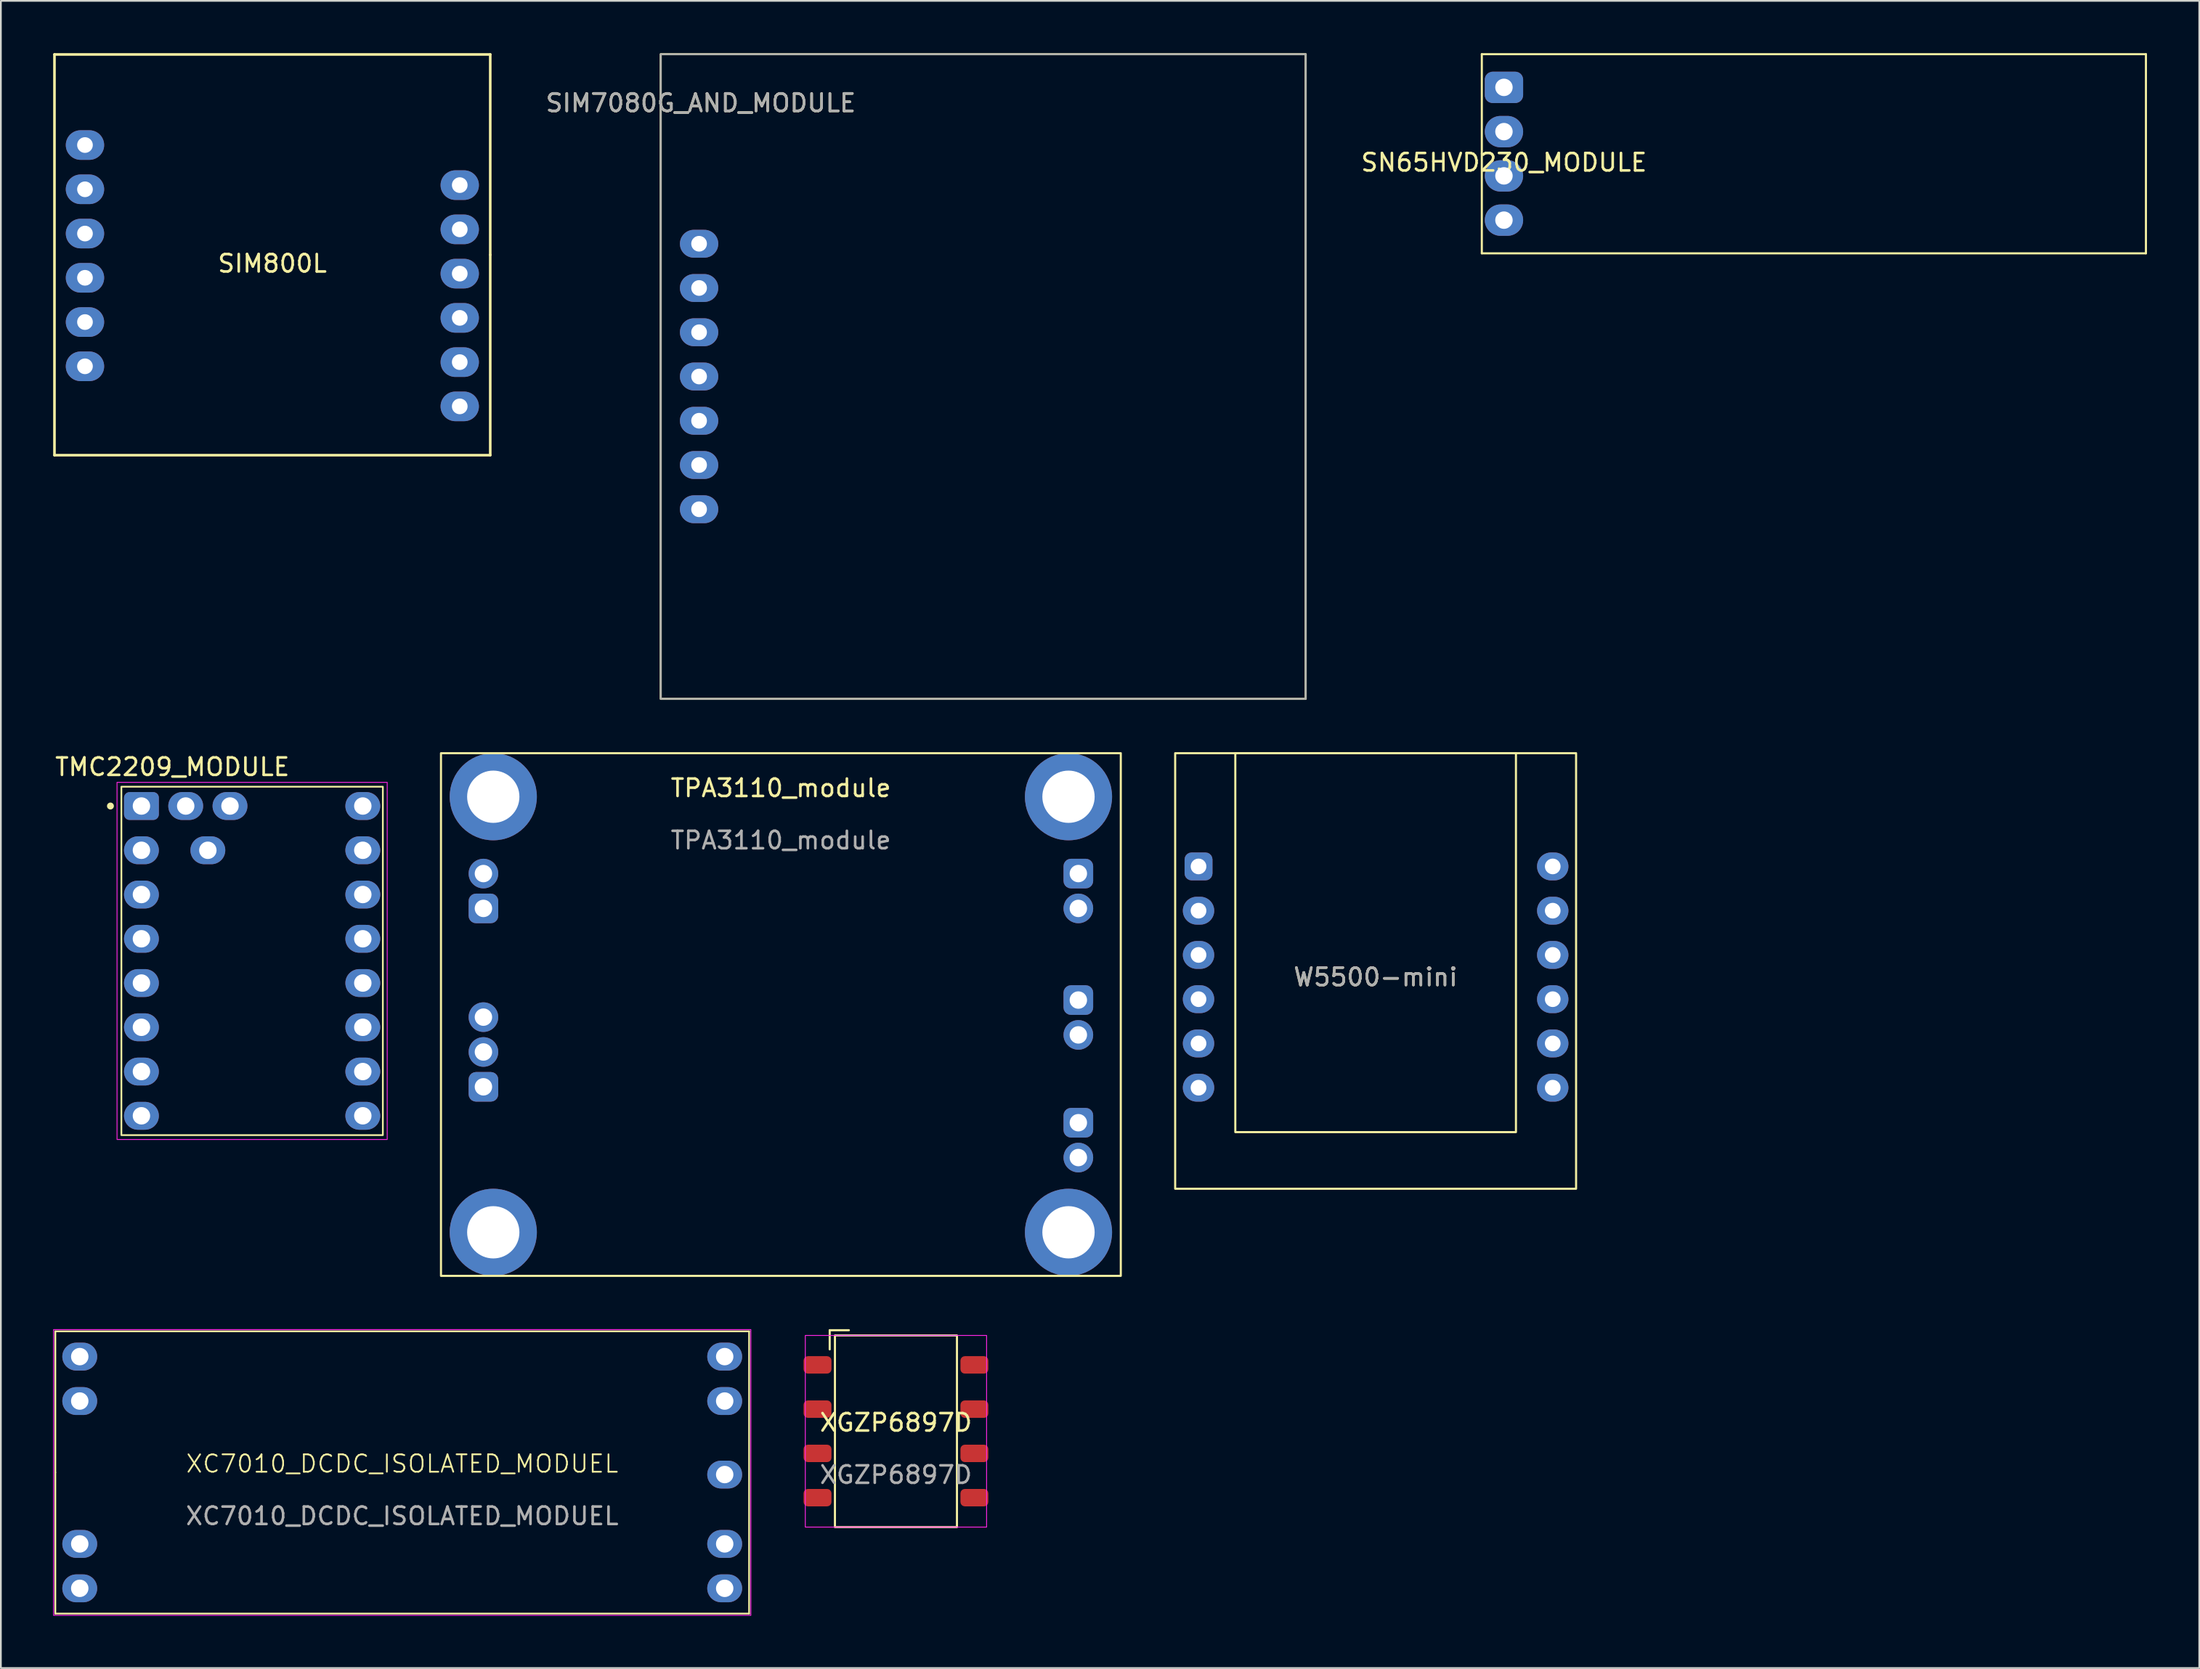
<source format=kicad_pcb>
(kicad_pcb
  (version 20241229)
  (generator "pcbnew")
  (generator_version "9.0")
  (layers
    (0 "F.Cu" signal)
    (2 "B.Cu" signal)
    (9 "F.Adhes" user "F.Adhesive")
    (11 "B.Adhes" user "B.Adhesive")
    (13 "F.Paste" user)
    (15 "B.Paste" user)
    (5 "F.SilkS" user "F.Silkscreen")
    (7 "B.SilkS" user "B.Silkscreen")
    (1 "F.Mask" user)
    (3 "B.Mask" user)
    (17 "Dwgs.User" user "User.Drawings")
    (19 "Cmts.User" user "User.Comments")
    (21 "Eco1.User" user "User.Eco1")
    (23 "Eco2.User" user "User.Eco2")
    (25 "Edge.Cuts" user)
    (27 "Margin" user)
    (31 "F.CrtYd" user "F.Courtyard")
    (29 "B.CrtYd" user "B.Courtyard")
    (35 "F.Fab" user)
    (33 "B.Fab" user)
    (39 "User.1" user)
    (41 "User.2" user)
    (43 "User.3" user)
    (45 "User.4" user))
  (footprint "SN65HVD230_MODULE"
    (layer "F.Cu")
    (at 83.231 5.775)
    (property "Reference" "SN65HVD230_MODULE" (at 0 0.5 0) (layer "F.SilkS") (effects (font (size 1 1) (thickness 0.15))))
    (attr through_hole)
    (fp_line (start -1.27 -5.715) (end 36.83 -5.715) (stroke (width 0.12) (type solid)) (layer "F.SilkS"))
    (fp_line (start -1.27 0) (end -1.27 -5.715) (stroke (width 0.12) (type solid)) (layer "F.SilkS"))
    (fp_line (start -1.27 5.715) (end -1.27 0) (stroke (width 0.12) (type solid)) (layer "F.SilkS"))
    (fp_line (start 36.83 -5.715) (end 36.83 5.715) (stroke (width 0.12) (type solid)) (layer "F.SilkS"))
    (fp_line (start 36.83 5.715) (end -1.27 5.715) (stroke (width 0.12) (type solid)) (layer "F.SilkS"))
    (pad "1" thru_hole roundrect (at 0 -3.81) (size 2.2 1.8) (drill 1) (layers "*.Cu" "*.Mask") (roundrect_rratio 0.25))
    (pad "2" thru_hole oval (at 0 -1.27) (size 2.2 1.8) (drill 1) (layers "*.Cu" "*.Mask"))
    (pad "3" thru_hole oval (at 0 1.27) (size 2.2 1.8) (drill 1) (layers "*.Cu" "*.Mask"))
    (pad "4" thru_hole oval (at 0 3.81) (size 2.2 1.8) (drill 1) (layers "*.Cu" "*.Mask")))
  (footprint "SIM800L"
    (layer "F.Cu")
    (at 12.575 11.575)
    (property "Reference" "SIM800L" (at 0 0.5 0) (layer "F.SilkS") (effects (font (size 1 1) (thickness 0.15))))
    (attr through_hole)
    (fp_line (start -12.5 -11.5) (end -12.5 11.5) (stroke (width 0.15) (type solid)) (layer "F.SilkS"))
    (fp_line (start -12.5 11.5) (end 12.5 11.5) (stroke (width 0.15) (type solid)) (layer "F.SilkS"))
    (fp_line (start 12.5 -11.5) (end -12.5 -11.5) (stroke (width 0.15) (type solid)) (layer "F.SilkS"))
    (fp_line (start 12.5 0) (end 12.5 -11.5) (stroke (width 0.15) (type solid)) (layer "F.SilkS"))
    (fp_line (start 12.5 11.5) (end 12.5 0) (stroke (width 0.15) (type solid)) (layer "F.SilkS"))
    (pad "1" thru_hole oval (at -10.75 -6.3) (size 2.2 1.7) (drill 0.9) (layers "*.Cu" "*.Mask"))
    (pad "2" thru_hole oval (at -10.75 -3.76) (size 2.2 1.7) (drill 0.9) (layers "*.Cu" "*.Mask"))
    (pad "3" thru_hole oval (at -10.75 -1.22) (size 2.2 1.7) (drill 0.9) (layers "*.Cu" "*.Mask"))
    (pad "4" thru_hole oval (at -10.75 1.32) (size 2.2 1.7) (drill 0.9) (layers "*.Cu" "*.Mask"))
    (pad "5" thru_hole oval (at -10.75 3.86) (size 2.2 1.7) (drill 0.9) (layers "*.Cu" "*.Mask"))
    (pad "6" thru_hole oval (at -10.75 6.4) (size 2.2 1.7) (drill 0.9) (layers "*.Cu" "*.Mask"))
    (pad "7" thru_hole oval (at 10.75 -4) (size 2.2 1.7) (drill 0.9) (layers "*.Cu" "*.Mask"))
    (pad "8" thru_hole oval (at 10.75 -1.46) (size 2.2 1.7) (drill 0.9) (layers "*.Cu" "*.Mask"))
    (pad "9" thru_hole oval (at 10.75 1.08) (size 2.2 1.7) (drill 0.9) (layers "*.Cu" "*.Mask"))
    (pad "10" thru_hole oval (at 10.75 3.62) (size 2.2 1.7) (drill 0.9) (layers "*.Cu" "*.Mask"))
    (pad "11" thru_hole oval (at 10.75 6.16) (size 2.2 1.7) (drill 0.9) (layers "*.Cu" "*.Mask"))
    (pad "12" thru_hole oval (at 10.75 8.7) (size 2.2 1.7) (drill 0.9) (layers "*.Cu" "*.Mask")))
  (footprint "XC7010_DCDC_ISOLATED_MODUEL"
    (layer "F.Cu")
    (at 20.025 81.465)
    (property "Reference" "XC7010_DCDC_ISOLATED_MODUEL" (at 0 -0.5 0) (unlocked yes) (layer "F.SilkS") (effects (font (size 1 1) (thickness 0.1))))
    (attr through_hole)
    (fp_line (start -19.9 -8.1) (end 19.9 -8.1) (stroke (width 0.1) (type default)) (layer "F.SilkS"))
    (fp_line (start -19.9 0) (end -19.9 -8.1) (stroke (width 0.1) (type default)) (layer "F.SilkS"))
    (fp_line (start -19.9 8.1) (end -19.9 0) (stroke (width 0.1) (type default)) (layer "F.SilkS"))
    (fp_line (start 19.9 -8.1) (end 19.9 8.1) (stroke (width 0.1) (type default)) (layer "F.SilkS"))
    (fp_line (start 19.9 8.1) (end -19.9 8.1) (stroke (width 0.1) (type default)) (layer "F.SilkS"))
    (fp_rect (start -20 -8.2) (end 20 8.2) (stroke (width 0.05) (type default)) (fill no) (layer "F.CrtYd"))
    (fp_text user "${REFERENCE}" (at 0 2.5 0) (unlocked yes) (layer "F.Fab") (effects (font (size 1 1) (thickness 0.15))))
    (pad "1" thru_hole oval (at -18.5 -6.65) (size 2 1.6) (drill 1) (layers "*.Cu" "*.Mask"))
    (pad "2" thru_hole oval (at -18.5 -4.1) (size 2 1.6) (drill 1) (layers "*.Cu" "*.Mask"))
    (pad "3" thru_hole oval (at -18.5 4.1) (size 2 1.6) (drill 1) (layers "*.Cu" "*.Mask"))
    (pad "4" thru_hole oval (at -18.5 6.65) (size 2 1.6) (drill 1) (layers "*.Cu" "*.Mask"))
    (pad "5" thru_hole oval (at 18.5 6.65) (size 2 1.6) (drill 1) (layers "*.Cu" "*.Mask"))
    (pad "6" thru_hole oval (at 18.5 4.1) (size 2 1.6) (drill 1) (layers "*.Cu" "*.Mask"))
    (pad "7" thru_hole oval (at 18.5 0.12) (size 2 1.6) (drill 1) (layers "*.Cu" "*.Mask"))
    (pad "8" thru_hole oval (at 18.5 -4.1) (size 2 1.6) (drill 1) (layers "*.Cu" "*.Mask"))
    (pad "9" thru_hole oval (at 18.5 -6.65) (size 2 1.6) (drill 1) (layers "*.Cu" "*.Mask")))
  (footprint "SIM7080G_AND_MODULE"
    (layer "F.Cu")
    (at 37.056 18.56)
    (property "Reference" "SIM7080G_AND_MODULE" (at 0.1 -15.7 0) (unlocked yes) (layer "F.SilkS") (effects (font (size 1 1) (thickness 0.15))))
    (attr through_hole)
    (fp_rect (start -2.2 -18.5) (end 34.8 18.5) (stroke (width 0.12) (type solid)) (fill no) (layer "F.SilkS"))
    (fp_rect (start -2.2 -18.5) (end 34.8 18.5) (stroke (width 0.1) (type solid)) (fill no) (layer "F.Fab"))
    (fp_text user "${REFERENCE}" (at 0.1 -15.7 0) (unlocked yes) (layer "F.Fab") (effects (font (size 1 1) (thickness 0.15))))
    (pad "1" thru_hole oval (at 0 -7.62) (size 2.2 1.6) (drill 0.9) (layers "*.Cu" "*.Mask"))
    (pad "2" thru_hole oval (at 0 -5.08) (size 2.2 1.6) (drill 0.9) (layers "*.Cu" "*.Mask"))
    (pad "3" thru_hole oval (at 0 -2.54) (size 2.2 1.6) (drill 0.9) (layers "*.Cu" "*.Mask"))
    (pad "4" thru_hole oval (at 0 0) (size 2.2 1.6) (drill 0.9) (layers "*.Cu" "*.Mask"))
    (pad "5" thru_hole oval (at 0 2.54) (size 2.2 1.6) (drill 0.9) (layers "*.Cu" "*.Mask"))
    (pad "6" thru_hole oval (at 0 5.08) (size 2.2 1.6) (drill 0.9) (layers "*.Cu" "*.Mask"))
    (pad "7" thru_hole oval (at 0 7.62) (size 2.2 1.6) (drill 0.9) (layers "*.Cu" "*.Mask")))
  (footprint "XGZP6897D"
    (layer "F.Cu")
    (at 48.35 79.1)
    (property "Reference" "XGZP6897D" (at 0 -0.5 0) (unlocked yes) (layer "F.SilkS") (effects (font (size 1 1) (thickness 0.15))))
    (attr smd)
    (fp_line (start -3.8 -5.8) (end -2.7 -5.8) (stroke (width 0.12) (type solid)) (layer "F.SilkS"))
    (fp_line (start -3.8 -4.7) (end -3.8 -5.8) (stroke (width 0.12) (type solid)) (layer "F.SilkS"))
    (fp_rect (start -3.5 -5.5) (end 3.5 5.5) (stroke (width 0.12) (type solid)) (fill no) (layer "F.SilkS"))
    (fp_rect (start -5.2 -5.5) (end 5.2 5.5) (stroke (width 0.05) (type solid)) (fill no) (layer "F.CrtYd"))
    (fp_text user "${REFERENCE}" (at 0 2.5 0) (unlocked yes) (layer "F.Fab") (effects (font (size 1 1) (thickness 0.15))))
    (pad "1" smd roundrect (at -4.5 -3.81) (size 1.6 1) (layers "F.Cu" "F.Mask" "F.Paste") (roundrect_rratio 0.25))
    (pad "2" smd roundrect (at -4.5 -1.27) (size 1.6 1) (layers "F.Cu" "F.Mask" "F.Paste") (roundrect_rratio 0.25))
    (pad "3" smd roundrect (at -4.5 1.27) (size 1.6 1) (layers "F.Cu" "F.Mask" "F.Paste") (roundrect_rratio 0.25))
    (pad "4" smd roundrect (at -4.5 3.81) (size 1.6 1) (layers "F.Cu" "F.Mask" "F.Paste") (roundrect_rratio 0.25))
    (pad "5" smd roundrect (at 4.5 3.81) (size 1.6 1) (layers "F.Cu" "F.Mask" "F.Paste") (roundrect_rratio 0.25))
    (pad "6" smd roundrect (at 4.5 1.27) (size 1.6 1) (layers "F.Cu" "F.Mask" "F.Paste") (roundrect_rratio 0.25))
    (pad "7" smd roundrect (at 4.5 -1.27) (size 1.6 1) (layers "F.Cu" "F.Mask" "F.Paste") (roundrect_rratio 0.25))
    (pad "8" smd roundrect (at 4.5 -3.81) (size 1.6 1) (layers "F.Cu" "F.Mask" "F.Paste") (roundrect_rratio 0.25)))
  (footprint "TMC2209_MODULE"
    (layer "F.Cu")
    (at 11.414 52.103)
    (property "Reference" "TMC2209_MODULE" (at -4.575 -11.135 180) (layer "F.SilkS") (effects (font (size 1 1) (thickness 0.15))))
    (attr through_hole)
    (fp_rect (start -7.5 -10) (end 7.5 10) (stroke (width 0.1) (type default)) (fill no) (layer "F.SilkS"))
    (fp_circle (center -8.128 -8.89) (end -8.028 -8.89) (stroke (width 0.2) (type solid)) (fill no) (layer "F.SilkS"))
    (fp_rect (start -7.75 -10.25) (end 7.75 10.25) (stroke (width 0.05) (type default)) (fill no) (layer "F.CrtYd"))
    (pad "1" thru_hole roundrect (at -6.35 -8.89) (size 2 1.6) (drill 1) (layers "*.Cu" "*.Mask") (roundrect_rratio 0.2))
    (pad "2" thru_hole oval (at -6.35 -6.35) (size 2 1.6) (drill 1) (layers "*.Cu" "*.Mask"))
    (pad "3" thru_hole oval (at -6.35 -3.81) (size 2 1.6) (drill 1) (layers "*.Cu" "*.Mask"))
    (pad "4" thru_hole oval (at -6.35 -1.27) (size 2 1.6) (drill 1) (layers "*.Cu" "*.Mask"))
    (pad "5" thru_hole oval (at -6.35 1.27) (size 2 1.6) (drill 1) (layers "*.Cu" "*.Mask"))
    (pad "6" thru_hole oval (at -6.35 3.81) (size 2 1.6) (drill 1) (layers "*.Cu" "*.Mask"))
    (pad "7" thru_hole oval (at -6.35 6.35) (size 2 1.6) (drill 1) (layers "*.Cu" "*.Mask"))
    (pad "8" thru_hole oval (at -6.35 8.89) (size 2 1.6) (drill 1) (layers "*.Cu" "*.Mask"))
    (pad "9" thru_hole oval (at 6.35 8.89) (size 2 1.6) (drill 1) (layers "*.Cu" "*.Mask"))
    (pad "10" thru_hole oval (at 6.35 6.35) (size 2 1.6) (drill 1) (layers "*.Cu" "*.Mask"))
    (pad "11" thru_hole oval (at 6.35 3.81) (size 2 1.6) (drill 1) (layers "*.Cu" "*.Mask"))
    (pad "12" thru_hole oval (at 6.35 1.27) (size 2 1.6) (drill 1) (layers "*.Cu" "*.Mask"))
    (pad "13" thru_hole oval (at 6.35 -1.27) (size 2 1.6) (drill 1) (layers "*.Cu" "*.Mask"))
    (pad "14" thru_hole oval (at 6.35 -3.81) (size 2 1.6) (drill 1) (layers "*.Cu" "*.Mask"))
    (pad "15" thru_hole oval (at 6.35 -6.35) (size 2 1.6) (drill 1) (layers "*.Cu" "*.Mask"))
    (pad "16" thru_hole oval (at 6.35 -8.89) (size 2 1.6) (drill 1) (layers "*.Cu" "*.Mask"))
    (pad "17" thru_hole oval (at -3.81 -8.89) (size 2 1.6) (drill 1) (layers "*.Cu" "*.Mask"))
    (pad "18" thru_hole oval (at -2.54 -6.35) (size 2 1.6) (drill 1) (layers "*.Cu" "*.Mask"))
    (pad "19" thru_hole oval (at -1.27 -8.89) (size 2 1.6) (drill 1) (layers "*.Cu" "*.Mask")))
  (footprint "TPA3110_module"
    (layer "F.Cu")
    (at 41.749 42.68)
    (property "Reference" "TPA3110_module" (at 0 -0.5 0) (unlocked yes) (layer "F.SilkS") (effects (font (size 1 1) (thickness 0.15))))
    (attr through_hole)
    (fp_rect (start -19.5 -2.5) (end 19.5 27.5) (stroke (width 0.12) (type solid)) (fill no) (layer "F.SilkS"))
    (fp_text user "${REFERENCE}" (at 0 2.5 0) (unlocked yes) (layer "F.Fab") (effects (font (size 1 1) (thickness 0.15))))
    (pad "" np_thru_hole circle (at -16.5 0) (size 5 5) (drill 3) (layers "*.Cu" "*.Mask"))
    (pad "" np_thru_hole circle (at -16.5 25) (size 5 5) (drill 3) (layers "*.Cu" "*.Mask"))
    (pad "" np_thru_hole circle (at 16.5 0) (size 5 5) (drill 3) (layers "*.Cu" "*.Mask"))
    (pad "" np_thru_hole circle (at 16.5 25) (size 5 5) (drill 3) (layers "*.Cu" "*.Mask"))
    (pad "1" thru_hole circle (at -17.065 4.41) (size 1.7 1.7) (drill 1) (layers "*.Cu" "*.Mask"))
    (pad "2" thru_hole roundrect (at -17.065 6.41) (size 1.7 1.7) (drill 1) (layers "*.Cu" "*.Mask") (roundrect_rratio 0.25))
    (pad "3" thru_hole circle (at -17.065 12.65) (size 1.7 1.7) (drill 1) (layers "*.Cu" "*.Mask"))
    (pad "4" thru_hole circle (at -17.065 14.65) (size 1.7 1.7) (drill 1) (layers "*.Cu" "*.Mask"))
    (pad "5" thru_hole roundrect (at -17.065 16.65) (size 1.7 1.7) (drill 1) (layers "*.Cu" "*.Mask") (roundrect_rratio 0.25))
    (pad "6" thru_hole circle (at 17.065 20.71) (size 1.7 1.7) (drill 1) (layers "*.Cu" "*.Mask"))
    (pad "7" thru_hole roundrect (at 17.065 18.71) (size 1.7 1.7) (drill 1) (layers "*.Cu" "*.Mask") (roundrect_rratio 0.25))
    (pad "8" thru_hole circle (at 17.065 13.67) (size 1.7 1.7) (drill 1) (layers "*.Cu" "*.Mask"))
    (pad "9" thru_hole roundrect (at 17.065 11.67) (size 1.7 1.7) (drill 1) (layers "*.Cu" "*.Mask") (roundrect_rratio 0.25))
    (pad "10" thru_hole circle (at 17.065 6.41) (size 1.7 1.7) (drill 1) (layers "*.Cu" "*.Mask"))
    (pad "11" thru_hole roundrect (at 17.065 4.41) (size 1.7 1.7) (drill 1) (layers "*.Cu" "*.Mask") (roundrect_rratio 0.25)))
  (footprint "W5500-mini"
    (layer "F.Cu")
    (at 75.869 53.03)
    (property "Reference" "W5500-mini" (at 0 0 0) (unlocked yes) (layer "F.SilkS") (effects (font (size 1 1) (thickness 0.15))))
    (attr through_hole)
    (fp_rect (start -11.5 12.15) (end 11.5 -12.85) (stroke (width 0.12) (type solid)) (fill no) (layer "F.SilkS"))
    (fp_rect (start -8.05 -12.85) (end 8.05 8.9) (stroke (width 0.12) (type solid)) (fill no) (layer "F.SilkS"))
    (fp_text user "${REFERENCE}" (at 0 0 0) (unlocked yes) (layer "F.Fab") (effects (font (size 1 1) (thickness 0.15))))
    (pad "1" thru_hole roundrect (at -10.16 -6.35) (size 1.6 1.6) (drill 0.9) (layers "*.Cu" "*.Mask") (roundrect_rratio 0.25))
    (pad "2" thru_hole oval (at -10.16 -3.81) (size 1.8 1.6) (drill 0.9) (layers "*.Cu" "*.Mask"))
    (pad "3" thru_hole oval (at -10.16 -1.27) (size 1.8 1.6) (drill 0.9) (layers "*.Cu" "*.Mask"))
    (pad "4" thru_hole oval (at -10.16 1.27) (size 1.8 1.6) (drill 0.9) (layers "*.Cu" "*.Mask"))
    (pad "5" thru_hole oval (at -10.16 3.81) (size 1.8 1.6) (drill 0.9) (layers "*.Cu" "*.Mask"))
    (pad "6" thru_hole oval (at -10.16 6.35) (size 1.8 1.6) (drill 0.9) (layers "*.Cu" "*.Mask"))
    (pad "7" thru_hole oval (at 10.16 6.35) (size 1.8 1.6) (drill 0.9) (layers "*.Cu" "*.Mask"))
    (pad "8" thru_hole oval (at 10.16 3.81) (size 1.8 1.6) (drill 0.9) (layers "*.Cu" "*.Mask"))
    (pad "9" thru_hole oval (at 10.16 1.27) (size 1.8 1.6) (drill 0.9) (layers "*.Cu" "*.Mask"))
    (pad "10" thru_hole oval (at 10.16 -1.27) (size 1.8 1.6) (drill 0.9) (layers "*.Cu" "*.Mask"))
    (pad "11" thru_hole oval (at 10.16 -3.81) (size 1.8 1.6) (drill 0.9) (layers "*.Cu" "*.Mask"))
    (pad "12" thru_hole oval (at 10.16 -6.35) (size 1.8 1.6) (drill 0.9) (layers "*.Cu" "*.Mask")))
  (gr_rect
    (start -3 -3)
    (end 123.121 92.69)
    (stroke (width 0.1) (type default))
    (fill no)
    (layer "Edge.Cuts")))
</source>
